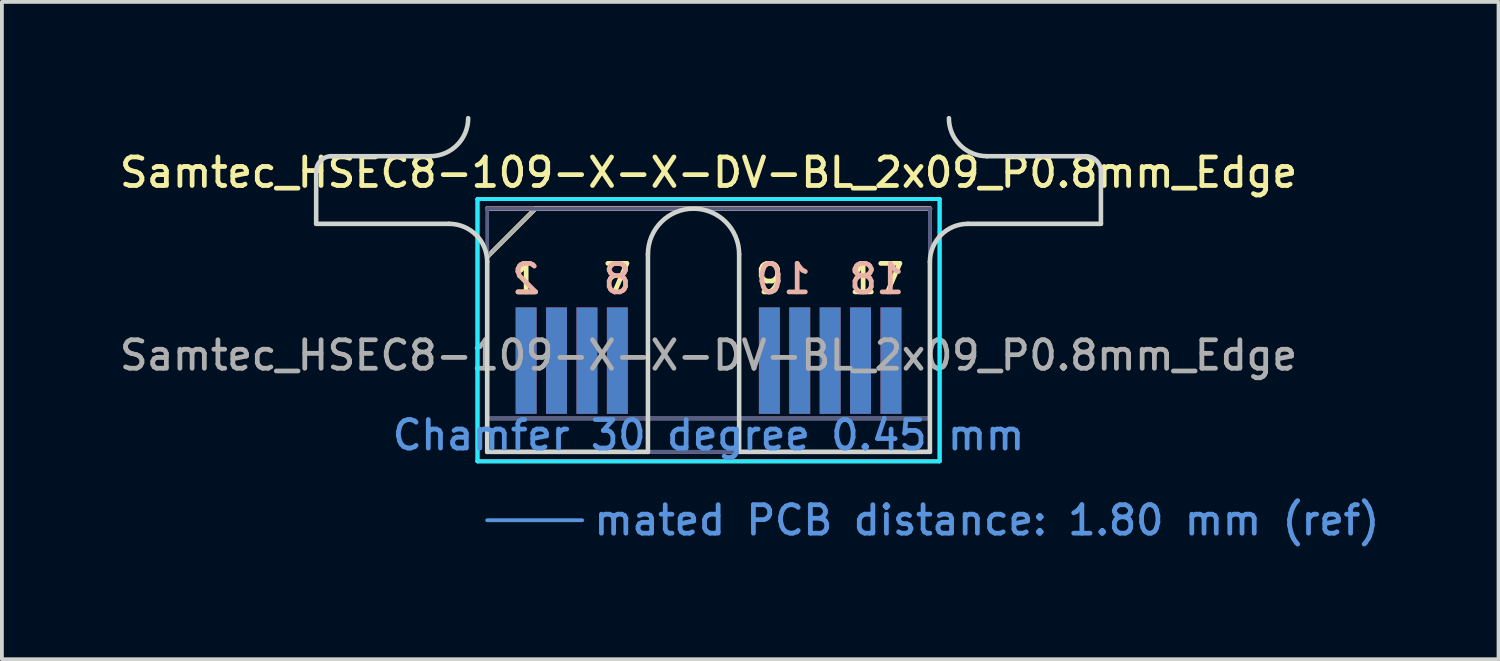
<source format=kicad_pcb>
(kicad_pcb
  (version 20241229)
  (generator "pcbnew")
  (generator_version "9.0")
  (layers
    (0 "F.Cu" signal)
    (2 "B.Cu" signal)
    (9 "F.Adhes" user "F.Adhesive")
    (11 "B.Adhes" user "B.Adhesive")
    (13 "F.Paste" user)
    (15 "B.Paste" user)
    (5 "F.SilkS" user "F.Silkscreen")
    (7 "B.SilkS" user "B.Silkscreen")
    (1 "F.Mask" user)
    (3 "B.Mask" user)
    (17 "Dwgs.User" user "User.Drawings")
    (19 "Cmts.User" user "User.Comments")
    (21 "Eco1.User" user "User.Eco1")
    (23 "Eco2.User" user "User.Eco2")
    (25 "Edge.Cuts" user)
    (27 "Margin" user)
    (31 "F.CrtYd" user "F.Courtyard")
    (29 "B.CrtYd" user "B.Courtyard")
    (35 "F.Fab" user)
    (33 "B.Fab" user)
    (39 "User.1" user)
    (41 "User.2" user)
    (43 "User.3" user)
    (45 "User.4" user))
  (footprint "Samtec_HSEC8-109-X-X-DV-BL_2x09_P0.8mm_Edge"
    (layer "F.Cu")
    (at 15.595 8.84)
    (property "Reference" "Samtec_HSEC8-109-X-X-DV-BL_2x09_P0.8mm_Edge" (at 0 -7.35 0) (layer "F.SilkS") (effects (font (size 0.75 0.75) (thickness 0.125))))
    (attr exclude_from_pos_files exclude_from_bom)
    (fp_line (start -6.08 -6.65) (end -6.08 0.25) (stroke (width 0.1) (type solid)) (layer "F.SilkS"))
    (fp_line (start -6.08 0.25) (end 6.08 0.25) (stroke (width 0.1) (type solid)) (layer "F.SilkS"))
    (fp_line (start -5.825 -5.13) (end -4.555 -6.4) (stroke (width 0.12) (type solid)) (layer "F.SilkS"))
    (fp_line (start -4.555 -6.4) (end 5.825 -6.4) (stroke (width 0.12) (type solid)) (layer "F.SilkS"))
    (fp_line (start 6.08 -6.65) (end -6.08 -6.65) (stroke (width 0.1) (type solid)) (layer "F.SilkS"))
    (fp_line (start 6.08 0.25) (end 6.08 -6.65) (stroke (width 0.1) (type solid)) (layer "F.SilkS"))
    (fp_line (start -5.825 -6.4) (end -5.825 -6.4) (stroke (width 0.12) (type solid)) (layer "B.SilkS"))
    (fp_line (start -5.825 -6.4) (end 5.825 -6.4) (stroke (width 0.12) (type solid)) (layer "B.SilkS"))
    (fp_line (start -5.825 1.8) (end -3.325 1.8) (stroke (width 0.1) (type solid)) (layer "Cmts.User"))
    (fp_line (start -10.325 -6) (end -10.325 -7.38) (stroke (width 0.12) (type solid)) (layer "Edge.Cuts"))
    (fp_line (start -9.925 -7.78) (end -7.325 -7.78) (stroke (width 0.12) (type solid)) (layer "Edge.Cuts"))
    (fp_line (start -6.825 -6) (end -10.325 -6) (stroke (width 0.12) (type solid)) (layer "Edge.Cuts"))
    (fp_line (start -5.825 -5) (end -5.825 0) (stroke (width 0.12) (type solid)) (layer "Edge.Cuts"))
    (fp_line (start -5.825 0) (end -1.595 0) (stroke (width 0.12) (type solid)) (layer "Edge.Cuts"))
    (fp_line (start -1.595 0) (end -1.595 -5.2) (stroke (width 0.12) (type solid)) (layer "Edge.Cuts"))
    (fp_line (start 0.805 -5.2) (end 0.805 0) (stroke (width 0.12) (type solid)) (layer "Edge.Cuts"))
    (fp_line (start 0.805 0) (end 5.825 0) (stroke (width 0.12) (type solid)) (layer "Edge.Cuts"))
    (fp_line (start 5.825 0) (end 5.825 -5) (stroke (width 0.12) (type solid)) (layer "Edge.Cuts"))
    (fp_line (start 6.825 -6) (end 10.325 -6) (stroke (width 0.12) (type solid)) (layer "Edge.Cuts"))
    (fp_line (start 9.925 -7.78) (end 7.325 -7.78) (stroke (width 0.12) (type solid)) (layer "Edge.Cuts"))
    (fp_line (start 10.325 -6) (end 10.325 -7.38) (stroke (width 0.12) (type solid)) (layer "Edge.Cuts"))
    (fp_arc (start -10.325 -7.38) (mid -10.207843 -7.662843) (end -9.925 -7.78) (stroke (width 0.12) (type solid)) (layer "Edge.Cuts"))
    (fp_arc (start -6.825 -6) (mid -6.117893 -5.707107) (end -5.825 -5) (stroke (width 0.12) (type solid)) (layer "Edge.Cuts"))
    (fp_arc (start -6.325 -8.78) (mid -6.617893 -8.072893) (end -7.325 -7.78) (stroke (width 0.12) (type solid)) (layer "Edge.Cuts"))
    (fp_arc (start -1.595 -5.2) (mid -0.395 -6.4) (end 0.805 -5.2) (stroke (width 0.12) (type solid)) (layer "Edge.Cuts"))
    (fp_arc (start 5.825 -5) (mid 6.117893 -5.707107) (end 6.825 -6) (stroke (width 0.12) (type solid)) (layer "Edge.Cuts"))
    (fp_arc (start 7.325 -7.78) (mid 6.617893 -8.072893) (end 6.325 -8.78) (stroke (width 0.12) (type solid)) (layer "Edge.Cuts"))
    (fp_arc (start 9.925 -7.78) (mid 10.207843 -7.662843) (end 10.325 -7.38) (stroke (width 0.12) (type solid)) (layer "Edge.Cuts"))
    (fp_line (start -6.08 -6.65) (end -6.08 0.25) (stroke (width 0.1) (type solid)) (layer "B.CrtYd"))
    (fp_line (start -6.08 0.25) (end 6.08 0.25) (stroke (width 0.1) (type solid)) (layer "B.CrtYd"))
    (fp_line (start 6.08 -6.65) (end -6.08 -6.65) (stroke (width 0.1) (type solid)) (layer "B.CrtYd"))
    (fp_line (start 6.08 0.25) (end 6.08 -6.65) (stroke (width 0.1) (type solid)) (layer "B.CrtYd"))
    (fp_line (start -5.825 -6.4) (end -5.825 -6.4) (stroke (width 0.1) (type solid)) (layer "B.Fab"))
    (fp_line (start -5.825 -6.4) (end -5.825 0) (stroke (width 0.1) (type solid)) (layer "B.Fab"))
    (fp_line (start -5.825 -6.4) (end 5.825 -6.4) (stroke (width 0.1) (type solid)) (layer "B.Fab"))
    (fp_line (start -5.825 -0.88) (end 5.825 -0.88) (stroke (width 0.1) (type solid)) (layer "B.Fab"))
    (fp_line (start -5.825 0) (end 5.825 0) (stroke (width 0.1) (type solid)) (layer "B.Fab"))
    (fp_line (start 5.825 -6.4) (end 5.825 0) (stroke (width 0.1) (type solid)) (layer "B.Fab"))
    (fp_line (start -5.825 -5.13) (end -5.825 0) (stroke (width 0.1) (type solid)) (layer "F.Fab"))
    (fp_line (start -5.825 -5.13) (end -4.555 -6.4) (stroke (width 0.1) (type solid)) (layer "F.Fab"))
    (fp_line (start -5.825 -0.88) (end 5.825 -0.88) (stroke (width 0.1) (type solid)) (layer "F.Fab"))
    (fp_line (start -5.825 0) (end 5.825 0) (stroke (width 0.1) (type solid)) (layer "F.Fab"))
    (fp_line (start -4.555 -6.4) (end 5.825 -6.4) (stroke (width 0.1) (type solid)) (layer "F.Fab"))
    (fp_line (start 5.825 -6.4) (end 5.825 0) (stroke (width 0.1) (type solid)) (layer "F.Fab"))
    (fp_text user "17" (at 4.425 -4.55 0) (layer "F.SilkS") (effects (font (size 0.75 0.75) (thickness 0.125))))
    (fp_text user "7" (at -2.4 -4.55 0) (layer "F.SilkS") (effects (font (size 0.75 0.75) (thickness 0.125))))
    (fp_text user "9" (at 1.6 -4.55 0) (layer "F.SilkS") (effects (font (size 0.75 0.75) (thickness 0.125))))
    (fp_text user "1" (at -4.8 -4.55 0) (layer "F.SilkS") (effects (font (size 0.75 0.75) (thickness 0.125))))
    (fp_text user "18" (at 4.425 -4.55 0) (layer "B.SilkS") (effects (font (size 0.75 0.75) (thickness 0.125)) (justify mirror)))
    (fp_text user "2" (at -4.8 -4.55 0) (layer "B.SilkS") (effects (font (size 0.75 0.75) (thickness 0.125)) (justify mirror)))
    (fp_text user "8" (at -2.4 -4.55 0) (layer "B.SilkS") (effects (font (size 0.75 0.75) (thickness 0.125)) (justify mirror)))
    (fp_text user "10" (at 1.975 -4.55 0) (layer "B.SilkS") (effects (font (size 0.75 0.75) (thickness 0.125)) (justify mirror)))
    (fp_text user "mated PCB distance: 1.80 mm (ref)" (at -3.08 1.8 0) (layer "Cmts.User") (effects (font (size 0.75 0.75) (thickness 0.125)) (justify left)))
    (fp_text user "Chamfer 30 degree 0.45 mm" (at 0 -0.44 0) (layer "Cmts.User") (effects (font (size 0.75 0.75) (thickness 0.125))))
    (fp_text user "${REFERENCE}" (at 0 -2.54 0) (layer "F.Fab") (effects (font (size 0.75 0.75) (thickness 0.125))))
    (pad "1" connect rect (at -4.8 -2.4) (size 0.55 2.8) (layers "F.Cu" "F.Mask"))
    (pad "2" connect rect (at -4.8 -2.4) (size 0.55 2.8) (layers "B.Cu" "B.Mask"))
    (pad "3" connect rect (at -4 -2.4) (size 0.55 2.8) (layers "F.Cu" "F.Mask"))
    (pad "4" connect rect (at -4 -2.4) (size 0.55 2.8) (layers "B.Cu" "B.Mask"))
    (pad "5" connect rect (at -3.2 -2.4) (size 0.55 2.8) (layers "F.Cu" "F.Mask"))
    (pad "6" connect rect (at -3.2 -2.4) (size 0.55 2.8) (layers "B.Cu" "B.Mask"))
    (pad "7" connect rect (at -2.4 -2.4) (size 0.55 2.8) (layers "F.Cu" "F.Mask"))
    (pad "8" connect rect (at -2.4 -2.4) (size 0.55 2.8) (layers "B.Cu" "B.Mask"))
    (pad "9" connect rect (at 1.6 -2.4) (size 0.55 2.8) (layers "F.Cu" "F.Mask"))
    (pad "10" connect rect (at 1.6 -2.4) (size 0.55 2.8) (layers "B.Cu" "B.Mask"))
    (pad "11" connect rect (at 2.4 -2.4) (size 0.55 2.8) (layers "F.Cu" "F.Mask"))
    (pad "12" connect rect (at 2.4 -2.4) (size 0.55 2.8) (layers "B.Cu" "B.Mask"))
    (pad "13" connect rect (at 3.2 -2.4) (size 0.55 2.8) (layers "F.Cu" "F.Mask"))
    (pad "14" connect rect (at 3.2 -2.4) (size 0.55 2.8) (layers "B.Cu" "B.Mask"))
    (pad "15" connect rect (at 4 -2.4) (size 0.55 2.8) (layers "F.Cu" "F.Mask"))
    (pad "16" connect rect (at 4 -2.4) (size 0.55 2.8) (layers "B.Cu" "B.Mask"))
    (pad "17" connect rect (at 4.8 -2.4) (size 0.55 2.8) (layers "F.Cu" "F.Mask"))
    (pad "18" connect rect (at 4.8 -2.4) (size 0.55 2.8) (layers "B.Cu" "B.Mask")))
  (gr_rect
    (start -3 -3)
    (end 36.383 14.298)
    (stroke (width 0.1) (type default))
    (fill no)
    (layer "Edge.Cuts")))
</source>
